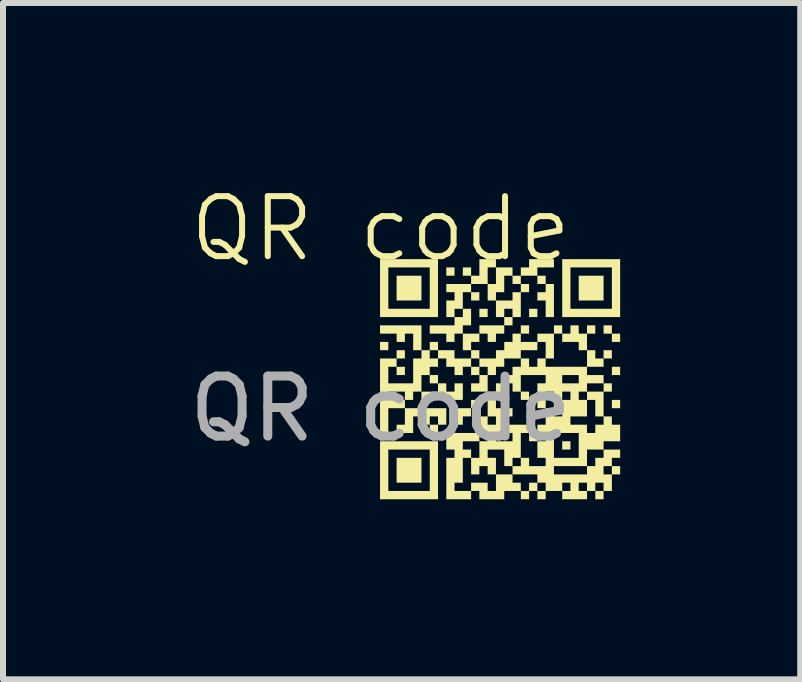
<source format=kicad_pcb>
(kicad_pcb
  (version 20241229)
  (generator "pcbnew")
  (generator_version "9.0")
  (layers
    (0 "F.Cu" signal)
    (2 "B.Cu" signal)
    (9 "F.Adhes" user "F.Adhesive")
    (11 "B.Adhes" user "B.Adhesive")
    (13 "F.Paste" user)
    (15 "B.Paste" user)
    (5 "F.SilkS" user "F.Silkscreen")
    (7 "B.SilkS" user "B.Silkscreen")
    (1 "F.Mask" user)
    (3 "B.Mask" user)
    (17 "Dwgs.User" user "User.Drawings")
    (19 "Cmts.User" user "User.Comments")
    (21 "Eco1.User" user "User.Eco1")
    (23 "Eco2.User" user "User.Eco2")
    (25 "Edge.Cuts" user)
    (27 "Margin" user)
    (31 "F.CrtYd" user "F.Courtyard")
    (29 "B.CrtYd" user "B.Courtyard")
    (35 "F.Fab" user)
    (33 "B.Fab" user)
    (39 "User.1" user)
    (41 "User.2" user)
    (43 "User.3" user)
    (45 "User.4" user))
  (footprint "QR code"
    (layer "F.Cu")
    (at 3.292 1.26)
    (property "Reference" "QR code" (at 0 -0.5 0) (unlocked yes) (layer "F.SilkS") (effects (font (size 1 1) (thickness 0.1))))
    (fp_poly (pts (xy 0.127 1.524) (xy -0.011 1.524) (xy -0.011 1.386) (xy 0.127 1.386)) (stroke (width 0) (type solid)) (fill yes) (layer "F.SilkS"))
    (fp_poly (pts (xy 0.403 1.662) (xy 0.265 1.662) (xy 0.265 1.524) (xy 0.403 1.524)) (stroke (width 0) (type solid)) (fill yes) (layer "F.SilkS"))
    (fp_poly (pts (xy 0.403 1.938) (xy 0.265 1.938) (xy 0.265 1.8) (xy 0.403 1.8)) (stroke (width 0) (type solid)) (fill yes) (layer "F.SilkS"))
    (fp_poly (pts (xy 0.679 0.696) (xy 0.265 0.696) (xy 0.265 0.283) (xy 0.679 0.283)) (stroke (width 0) (type solid)) (fill yes) (layer "F.SilkS"))
    (fp_poly (pts (xy 0.955 2.076) (xy 0.817 2.076) (xy 0.817 1.938) (xy 0.955 1.938)) (stroke (width 0) (type solid)) (fill yes) (layer "F.SilkS"))
    (fp_poly (pts (xy 0.955 2.903) (xy 0.817 2.903) (xy 0.817 2.765) (xy 0.955 2.765)) (stroke (width 0) (type solid)) (fill yes) (layer "F.SilkS"))
    (fp_poly (pts (xy 1.23 0.283) (xy 1.093 0.283) (xy 1.093 0.145) (xy 1.23 0.145)) (stroke (width 0) (type solid)) (fill yes) (layer "F.SilkS"))
    (fp_poly (pts (xy 1.644 0.696) (xy 1.506 0.696) (xy 1.506 0.558) (xy 1.644 0.558)) (stroke (width 0) (type solid)) (fill yes) (layer "F.SilkS"))
    (fp_poly (pts (xy 1.644 2.49) (xy 1.506 2.49) (xy 1.506 2.352) (xy 1.644 2.352)) (stroke (width 0) (type solid)) (fill yes) (layer "F.SilkS"))
    (fp_poly (pts (xy 1.782 0.972) (xy 1.644 0.972) (xy 1.644 0.834) (xy 1.782 0.834)) (stroke (width 0) (type solid)) (fill yes) (layer "F.SilkS"))
    (fp_poly (pts (xy 2.196 1.11) (xy 2.058 1.11) (xy 2.058 0.972) (xy 2.196 0.972)) (stroke (width 0) (type solid)) (fill yes) (layer "F.SilkS"))
    (fp_poly (pts (xy 2.472 0.558) (xy 2.334 0.558) (xy 2.334 0.421) (xy 2.472 0.421)) (stroke (width 0) (type solid)) (fill yes) (layer "F.SilkS"))
    (fp_poly (pts (xy 2.472 1.248) (xy 2.334 1.248) (xy 2.334 1.11) (xy 2.472 1.11)) (stroke (width 0) (type solid)) (fill yes) (layer "F.SilkS"))
    (fp_poly (pts (xy 2.472 2.352) (xy 2.334 2.352) (xy 2.334 2.214) (xy 2.472 2.214)) (stroke (width 0) (type solid)) (fill yes) (layer "F.SilkS"))
    (fp_poly (pts (xy 2.472 4.007) (xy 2.334 4.007) (xy 2.334 3.869) (xy 2.472 3.869)) (stroke (width 0) (type solid)) (fill yes) (layer "F.SilkS"))
    (fp_poly (pts (xy 2.61 0.972) (xy 2.472 0.972) (xy 2.472 0.834) (xy 2.61 0.834)) (stroke (width 0) (type solid)) (fill yes) (layer "F.SilkS"))
    (fp_poly (pts (xy 2.61 3.041) (xy 2.472 3.041) (xy 2.472 2.903) (xy 2.61 2.903)) (stroke (width 0) (type solid)) (fill yes) (layer "F.SilkS"))
    (fp_poly (pts (xy 2.61 3.869) (xy 2.472 3.869) (xy 2.472 3.731) (xy 2.61 3.731)) (stroke (width 0) (type solid)) (fill yes) (layer "F.SilkS"))
    (fp_poly (pts (xy 2.748 0.421) (xy 2.61 0.421) (xy 2.61 0.283) (xy 2.748 0.283)) (stroke (width 0) (type solid)) (fill yes) (layer "F.SilkS"))
    (fp_poly (pts (xy 2.748 4.007) (xy 2.61 4.007) (xy 2.61 3.869) (xy 2.748 3.869)) (stroke (width 0) (type solid)) (fill yes) (layer "F.SilkS"))
    (fp_poly (pts (xy 3.024 1.248) (xy 2.886 1.248) (xy 2.886 1.11) (xy 3.024 1.11)) (stroke (width 0) (type solid)) (fill yes) (layer "F.SilkS"))
    (fp_poly (pts (xy 3.161 3.179) (xy 3.024 3.179) (xy 3.024 3.041) (xy 3.161 3.041)) (stroke (width 0) (type solid)) (fill yes) (layer "F.SilkS"))
    (fp_poly (pts (xy 3.575 1.248) (xy 3.437 1.248) (xy 3.437 1.11) (xy 3.575 1.11)) (stroke (width 0) (type solid)) (fill yes) (layer "F.SilkS"))
    (fp_poly (pts (xy 3.713 0.696) (xy 3.299 0.696) (xy 3.299 0.283) (xy 3.713 0.283)) (stroke (width 0) (type solid)) (fill yes) (layer "F.SilkS"))
    (fp_poly (pts (xy 3.713 4.007) (xy 3.575 4.007) (xy 3.575 3.869) (xy 3.713 3.869)) (stroke (width 0) (type solid)) (fill yes) (layer "F.SilkS"))
    (fp_poly (pts (xy 3.851 1.248) (xy 3.713 1.248) (xy 3.713 1.11) (xy 3.851 1.11)) (stroke (width 0) (type solid)) (fill yes) (layer "F.SilkS"))
    (fp_poly (pts (xy 3.851 2.214) (xy 3.713 2.214) (xy 3.713 2.076) (xy 3.851 2.076)) (stroke (width 0) (type solid)) (fill yes) (layer "F.SilkS"))
    (fp_poly (pts (xy 3.989 1.386) (xy 3.851 1.386) (xy 3.851 1.248) (xy 3.989 1.248)) (stroke (width 0) (type solid)) (fill yes) (layer "F.SilkS"))
    (fp_poly (pts (xy 3.989 1.938) (xy 3.851 1.938) (xy 3.851 1.8) (xy 3.989 1.8)) (stroke (width 0) (type solid)) (fill yes) (layer "F.SilkS"))
    (fp_poly (pts (xy 3.989 2.49) (xy 3.851 2.49) (xy 3.851 2.352) (xy 3.989 2.352)) (stroke (width 0) (type solid)) (fill yes) (layer "F.SilkS"))
    (fp_poly (pts (xy 3.989 3.593) (xy 3.851 3.593) (xy 3.851 3.455) (xy 3.989 3.455)) (stroke (width 0) (type solid)) (fill yes) (layer "F.SilkS"))
    (fp_poly (pts (xy 0.679 3.731) (xy 0.265 3.731) (xy 0.265 3.317) (xy 0.403 3.317) (xy 0.679 3.317)) (stroke (width 0) (type solid)) (fill yes) (layer "F.SilkS"))
    (fp_poly (pts (xy 1.506 2.627) (xy 1.368 2.627) (xy 1.368 2.765) (xy 1.23 2.765) (xy 1.23 2.49) (xy 1.506 2.49)) (stroke (width 0) (type solid)) (fill yes) (layer "F.SilkS"))
    (fp_poly (pts (xy 2.058 1.248) (xy 1.92 1.248) (xy 1.92 1.386) (xy 1.782 1.386) (xy 1.782 1.248) (xy 1.644 1.248) (xy 1.644 1.11) (xy 2.058 1.11)) (stroke (width 0) (type solid)) (fill yes) (layer "F.SilkS"))
    (fp_poly (pts (xy 2.886 0.145) (xy 2.61 0.145) (xy 2.61 0.283) (xy 2.334 0.283) (xy 2.334 0.145) (xy 2.472 0.145) (xy 2.472 0.007) (xy 2.886 0.007)) (stroke (width 0) (type solid)) (fill yes) (layer "F.SilkS"))
    (fp_poly (pts (xy 2.886 0.972) (xy 2.748 0.972) (xy 2.748 0.696) (xy 2.61 0.696) (xy 2.61 0.558) (xy 2.748 0.558) (xy 2.748 0.421) (xy 2.886 0.421)) (stroke (width 0) (type solid)) (fill yes) (layer "F.SilkS"))
    (fp_poly (pts (xy 0.679 1.524) (xy 0.541 1.524) (xy 0.541 1.248) (xy 0.403 1.248) (xy 0.403 1.386) (xy 0.265 1.386) (xy 0.265 1.248) (xy -0.011 1.248) (xy -0.011 1.11) (xy 0.679 1.11)) (stroke (width 0) (type solid)) (fill yes) (layer "F.SilkS"))
    (fp_poly (pts (xy 1.093 2.214) (xy 1.23 2.214) (xy 1.23 2.076) (xy 1.368 2.076) (xy 1.368 2.352) (xy 0.679 2.352) (xy 0.679 2.214) (xy 0.955 2.214) (xy 0.955 2.076) (xy 1.093 2.076)) (stroke (width 0) (type solid)) (fill yes) (layer "F.SilkS"))
    (fp_poly (pts (xy 2.334 0.972) (xy 2.196 0.972) (xy 2.196 0.834) (xy 2.058 0.834) (xy 2.058 0.972) (xy 1.92 0.972) (xy 1.92 0.696) (xy 2.196 0.696) (xy 2.196 0.558) (xy 2.334 0.558)) (stroke (width 0) (type solid)) (fill yes) (layer "F.SilkS"))
    (fp_poly (pts (xy 3.299 1.248) (xy 3.437 1.248) (xy 3.437 1.524) (xy 3.299 1.524) (xy 3.299 1.386) (xy 3.024 1.386) (xy 3.024 1.248) (xy 3.161 1.248) (xy 3.161 1.11) (xy 3.299 1.11)) (stroke (width 0) (type solid)) (fill yes) (layer "F.SilkS"))
    (fp_poly (pts (xy 3.575 1.662) (xy 3.713 1.662) (xy 3.713 1.524) (xy 3.851 1.524) (xy 3.851 1.662) (xy 3.713 1.662) (xy 3.713 1.8) (xy 3.437 1.8) (xy 3.437 1.524) (xy 3.575 1.524)) (stroke (width 0) (type solid)) (fill yes) (layer "F.SilkS"))
    (fp_poly (pts (xy 0.955 0.972) (xy -0.011 0.972) (xy -0.011 0.145) (xy 0.127 0.145) (xy 0.127 0.834) (xy 0.817 0.834) (xy 0.817 0.145) (xy 0.127 0.145) (xy -0.011 0.145) (xy -0.011 0.007) (xy 0.955 0.007)) (stroke (width 0) (type solid)) (fill yes) (layer "F.SilkS"))
    (fp_poly (pts (xy 0.955 4.007) (xy -0.011 4.007) (xy -0.011 3.179) (xy 0.127 3.179) (xy 0.127 3.869) (xy 0.817 3.869) (xy 0.817 3.179) (xy 0.127 3.179) (xy -0.011 3.179) (xy -0.011 3.041) (xy 0.955 3.041)) (stroke (width 0) (type solid)) (fill yes) (layer "F.SilkS"))
    (fp_poly (pts (xy 3.989 0.972) (xy 3.024 0.972) (xy 3.024 0.145) (xy 3.161 0.145) (xy 3.161 0.834) (xy 3.851 0.834) (xy 3.851 0.145) (xy 3.161 0.145) (xy 3.024 0.145) (xy 3.024 0.007) (xy 3.989 0.007)) (stroke (width 0) (type solid)) (fill yes) (layer "F.SilkS"))
    (fp_poly (pts (xy 1.093 2.765) (xy 0.955 2.765) (xy 0.955 2.627) (xy 0.817 2.627) (xy 0.817 2.765) (xy 0.679 2.765) (xy 0.679 2.627) (xy 0.541 2.627) (xy 0.541 2.903) (xy 0.265 2.903) (xy 0.265 2.765) (xy 0.403 2.765) (xy 0.403 2.49) (xy 1.093 2.49)) (stroke (width 0) (type solid)) (fill yes) (layer "F.SilkS"))
    (fp_poly (pts (xy 1.506 1.11) (xy 1.368 1.11) (xy 1.368 1.248) (xy 1.23 1.248) (xy 1.23 1.386) (xy 1.093 1.386) (xy 1.093 1.248) (xy 0.817 1.248) (xy 0.817 1.11) (xy 1.23 1.11) (xy 1.23 0.972) (xy 1.368 0.972) (xy 1.368 0.834) (xy 1.506 0.834)) (stroke (width 0) (type solid)) (fill yes) (layer "F.SilkS"))
    (fp_poly (pts (xy 1.92 0.145) (xy 2.196 0.145) (xy 2.196 0.283) (xy 2.334 0.283) (xy 2.334 0.421) (xy 2.196 0.421) (xy 2.196 0.283) (xy 2.058 0.283) (xy 2.058 0.558) (xy 1.92 0.558) (xy 1.92 0.696) (xy 1.782 0.696) (xy 1.782 0.421) (xy 1.506 0.421) (xy 1.506 0.558) (xy 1.368 0.558) (xy 1.368 0.834) (xy 1.23 0.834) (xy 1.23 0.972) (xy 1.093 0.972) (xy 1.093 0.696) (xy 1.23 0.696) (xy 1.23 0.558) (xy 1.093 0.558) (xy 1.093 0.421) (xy 1.506 0.421) (xy 1.506 0.283) (xy 1.368 0.283) (xy 1.368 0.145) (xy 1.506 0.145) (xy 1.506 0.283) (xy 1.644 0.283) (xy 1.644 0.145) (xy 1.782 0.145) (xy 1.782 0.421) (xy 1.92 0.421) (xy 1.92 0.145) (xy 1.782 0.145) (xy 1.644 0.145) (xy 1.644 0.007) (xy 1.92 0.007)) (stroke (width 0) (type solid)) (fill yes) (layer "F.SilkS"))
    (fp_poly (pts (xy 1.644 1.386) (xy 1.506 1.386) (xy 1.506 1.524) (xy 1.644 1.524) (xy 1.644 1.662) (xy 1.92 1.662) (xy 1.92 1.524) (xy 2.058 1.524) (xy 2.058 1.386) (xy 2.196 1.386) (xy 2.196 1.248) (xy 2.334 1.248) (xy 2.334 1.386) (xy 2.61 1.386) (xy 2.61 1.248) (xy 2.886 1.248) (xy 2.886 1.662) (xy 2.748 1.662) (xy 2.748 1.8) (xy 3.437 1.8) (xy 3.437 1.938) (xy 3.713 1.938) (xy 3.713 2.076) (xy 3.437 2.076) (xy 3.437 2.214) (xy 3.299 2.214) (xy 3.299 2.352) (xy 3.437 2.352) (xy 3.437 2.214) (xy 3.713 2.214) (xy 3.713 2.627) (xy 3.851 2.627) (xy 3.851 2.765) (xy 3.989 2.765) (xy 3.989 3.041) (xy 3.713 3.041) (xy 3.713 3.179) (xy 3.437 3.179) (xy 3.437 3.455) (xy 3.575 3.455) (xy 3.575 3.317) (xy 3.713 3.317) (xy 3.713 3.179) (xy 3.989 3.179) (xy 3.989 3.317) (xy 3.851 3.317) (xy 3.851 3.455) (xy 3.713 3.455) (xy 3.713 3.593) (xy 3.851 3.593) (xy 3.851 3.869) (xy 3.713 3.869) (xy 3.713 3.731) (xy 3.575 3.731) (xy 3.575 3.869) (xy 3.437 3.869) (xy 3.437 4.007) (xy 3.024 4.007) (xy 3.024 3.869) (xy 2.748 3.869) (xy 2.748 3.731) (xy 3.024 3.731) (xy 3.024 3.869) (xy 3.161 3.869) (xy 3.161 3.731) (xy 3.299 3.731) (xy 3.299 3.869) (xy 3.437 3.869) (xy 3.437 3.731) (xy 3.299 3.731) (xy 3.161 3.731) (xy 3.024 3.731) (xy 2.748 3.731) (xy 2.61 3.731) (xy 2.61 3.593) (xy 2.196 3.593) (xy 2.196 3.731) (xy 2.334 3.731) (xy 2.334 3.869) (xy 2.196 3.869) (xy 2.058 3.869) (xy 2.058 4.007) (xy 1.644 4.007) (xy 1.644 3.869) (xy 1.506 3.869) (xy 1.506 3.731) (xy 1.782 3.731) (xy 1.782 3.869) (xy 1.92 3.869) (xy 1.92 3.593) (xy 1.782 3.593) (xy 1.782 3.455) (xy 1.644 3.455) (xy 1.644 3.593) (xy 1.506 3.593) (xy 1.506 3.317) (xy 1.644 3.317) (xy 1.644 3.179) (xy 1.782 3.179) (xy 1.782 3.317) (xy 1.92 3.317) (xy 1.92 3.593) (xy 2.196 3.593) (xy 2.196 3.455) (xy 2.058 3.455) (xy 2.058 3.179) (xy 1.782 3.179) (xy 1.644 3.179) (xy 1.644 3.041) (xy 1.368 3.041) (xy 1.368 3.179) (xy 1.506 3.179) (xy 1.506 3.317) (xy 1.368 3.317) (xy 1.368 3.731) (xy 1.23 3.731) (xy 1.23 3.869) (xy 1.506 3.869) (xy 1.506 4.007) (xy 1.093 4.007) (xy 1.093 3.317) (xy 1.23 3.317) (xy 1.23 3.179) (xy 1.093 3.179) (xy 1.093 2.903) (xy 1.644 2.903) (xy 1.644 3.041) (xy 1.782 3.041) (xy 1.782 2.903) (xy 1.92 2.903) (xy 1.92 3.041) (xy 2.196 3.041) (xy 2.196 2.903) (xy 1.92 2.903) (xy 1.782 2.903) (xy 1.644 2.903) (xy 1.644 2.627) (xy 1.782 2.627) (xy 1.782 2.765) (xy 1.92 2.765) (xy 1.92 2.627) (xy 1.782 2.627) (xy 1.644 2.627) (xy 1.782 2.627) (xy 1.782 2.49) (xy 1.92 2.49) (xy 2.196 2.49) (xy 2.196 2.627) (xy 2.058 2.627) (xy 2.058 2.765) (xy 2.472 2.765) (xy 2.472 2.903) (xy 2.334 2.903) (xy 2.334 3.317) (xy 2.196 3.317) (xy 2.196 3.455) (xy 2.334 3.455) (xy 2.334 3.317) (xy 2.472 3.317) (xy 2.472 3.455) (xy 2.748 3.455) (xy 2.886 3.455) (xy 2.886 3.593) (xy 3.437 3.593) (xy 3.437 3.455) (xy 2.886 3.455) (xy 2.748 3.455) (xy 2.748 3.317) (xy 2.61 3.317) (xy 2.61 3.041) (xy 2.748 3.041) (xy 2.748 2.903) (xy 2.886 2.903) (xy 2.886 3.317) (xy 3.299 3.317) (xy 3.299 2.903) (xy 2.886 2.903) (xy 2.748 2.903) (xy 2.61 2.903) (xy 2.61 2.765) (xy 2.748 2.765) (xy 3.161 2.765) (xy 3.437 2.765) (xy 3.437 2.903) (xy 3.575 2.903) (xy 3.575 2.765) (xy 3.713 2.765) (xy 3.713 2.627) (xy 3.575 2.627) (xy 3.575 2.352) (xy 3.437 2.352) (xy 3.437 2.627) (xy 3.161 2.627) (xy 3.161 2.765) (xy 2.748 2.765) (xy 2.748 2.49) (xy 2.61 2.49) (xy 2.61 2.214) (xy 2.748 2.214) (xy 2.748 2.49) (xy 2.886 2.49) (xy 2.886 2.627) (xy 3.024 2.627) (xy 3.024 2.49) (xy 2.886 2.49) (xy 2.886 2.214) (xy 3.024 2.214) (xy 3.024 2.352) (xy 3.161 2.352) (xy 3.161 2.214) (xy 3.024 2.214) (xy 2.886 2.214) (xy 2.748 2.214) (xy 2.61 2.214) (xy 2.61 2.076) (xy 2.748 2.076) (xy 2.748 1.938) (xy 3.024 1.938) (xy 3.024 2.076) (xy 3.299 2.076) (xy 3.299 1.938) (xy 3.024 1.938) (xy 2.748 1.938) (xy 2.334 1.938) (xy 2.334 2.214) (xy 2.196 2.214) (xy 2.196 2.076) (xy 2.058 2.076) (xy 2.058 2.352) (xy 1.92 2.352) (xy 1.92 2.49) (xy 1.782 2.49) (xy 1.782 2.214) (xy 1.92 2.214) (xy 1.92 2.076) (xy 2.058 2.076) (xy 2.058 1.938) (xy 2.196 1.938) (xy 2.196 1.8) (xy 2.334 1.8) (xy 2.334 1.662) (xy 2.472 1.662) (xy 2.472 1.8) (xy 2.61 1.8) (xy 2.61 1.662) (xy 2.748 1.662) (xy 2.748 1.386) (xy 2.61 1.386) (xy 2.61 1.524) (xy 2.334 1.524) (xy 2.334 1.662) (xy 2.058 1.662) (xy 2.058 1.8) (xy 1.92 1.8) (xy 1.92 1.938) (xy 1.782 1.938) (xy 1.782 2.214) (xy 1.506 2.214) (xy 1.506 2.076) (xy 1.644 2.076) (xy 1.644 1.938) (xy 1.506 1.938) (xy 1.506 1.8) (xy 1.644 1.8) (xy 1.644 1.938) (xy 1.782 1.938) (xy 1.782 1.8) (xy 1.644 1.8) (xy 1.506 1.8) (xy 1.368 1.8) (xy 1.368 1.938) (xy 1.23 1.938) (xy 1.23 1.8) (xy 1.093 1.8) (xy 1.093 1.662) (xy 1.506 1.662) (xy 1.506 1.8) (xy 1.644 1.8) (xy 1.644 1.662) (xy 1.506 1.662) (xy 1.093 1.662) (xy 0.955 1.662) (xy 0.955 1.8) (xy 0.817 1.8) (xy 0.817 1.938) (xy 0.679 1.938) (xy 0.679 2.214) (xy 0.541 2.214) (xy 0.541 2.352) (xy 0.403 2.352) (xy 0.403 2.49) (xy 0.127 2.49) (xy 0.127 2.903) (xy -0.011 2.903) (xy -0.011 2.214) (xy 0.127 2.214) (xy 0.127 2.352) (xy 0.403 2.352) (xy 0.403 2.214) (xy 0.127 2.214) (xy -0.011 2.214) (xy -0.011 1.662) (xy 0.265 1.662) (xy 0.265 1.8) (xy 0.127 1.8) (xy 0.127 2.076) (xy 0.541 2.076) (xy 0.541 1.662) (xy 0.679 1.662) (xy 0.679 1.524) (xy 0.817 1.524) (xy 0.817 1.386) (xy 0.955 1.386) (xy 0.955 1.524) (xy 0.817 1.524) (xy 0.817 1.662) (xy 0.955 1.662) (xy 0.955 1.524) (xy 1.23 1.524) (xy 1.23 1.662) (xy 1.506 1.662) (xy 1.506 1.524) (xy 1.368 1.524) (xy 1.368 1.248) (xy 1.644 1.248)) (stroke (width 0) (type solid)) (fill yes) (layer "F.SilkS"))
    (fp_text user "${REFERENCE}" (at 0 2.5 0) (unlocked yes) (layer "F.Fab") (effects (font (size 1 1) (thickness 0.15)))))
  (gr_rect
    (start -3 -3)
    (end 10.281 8.267)
    (stroke (width 0.1) (type default))
    (fill no)
    (layer "Edge.Cuts")))
</source>
